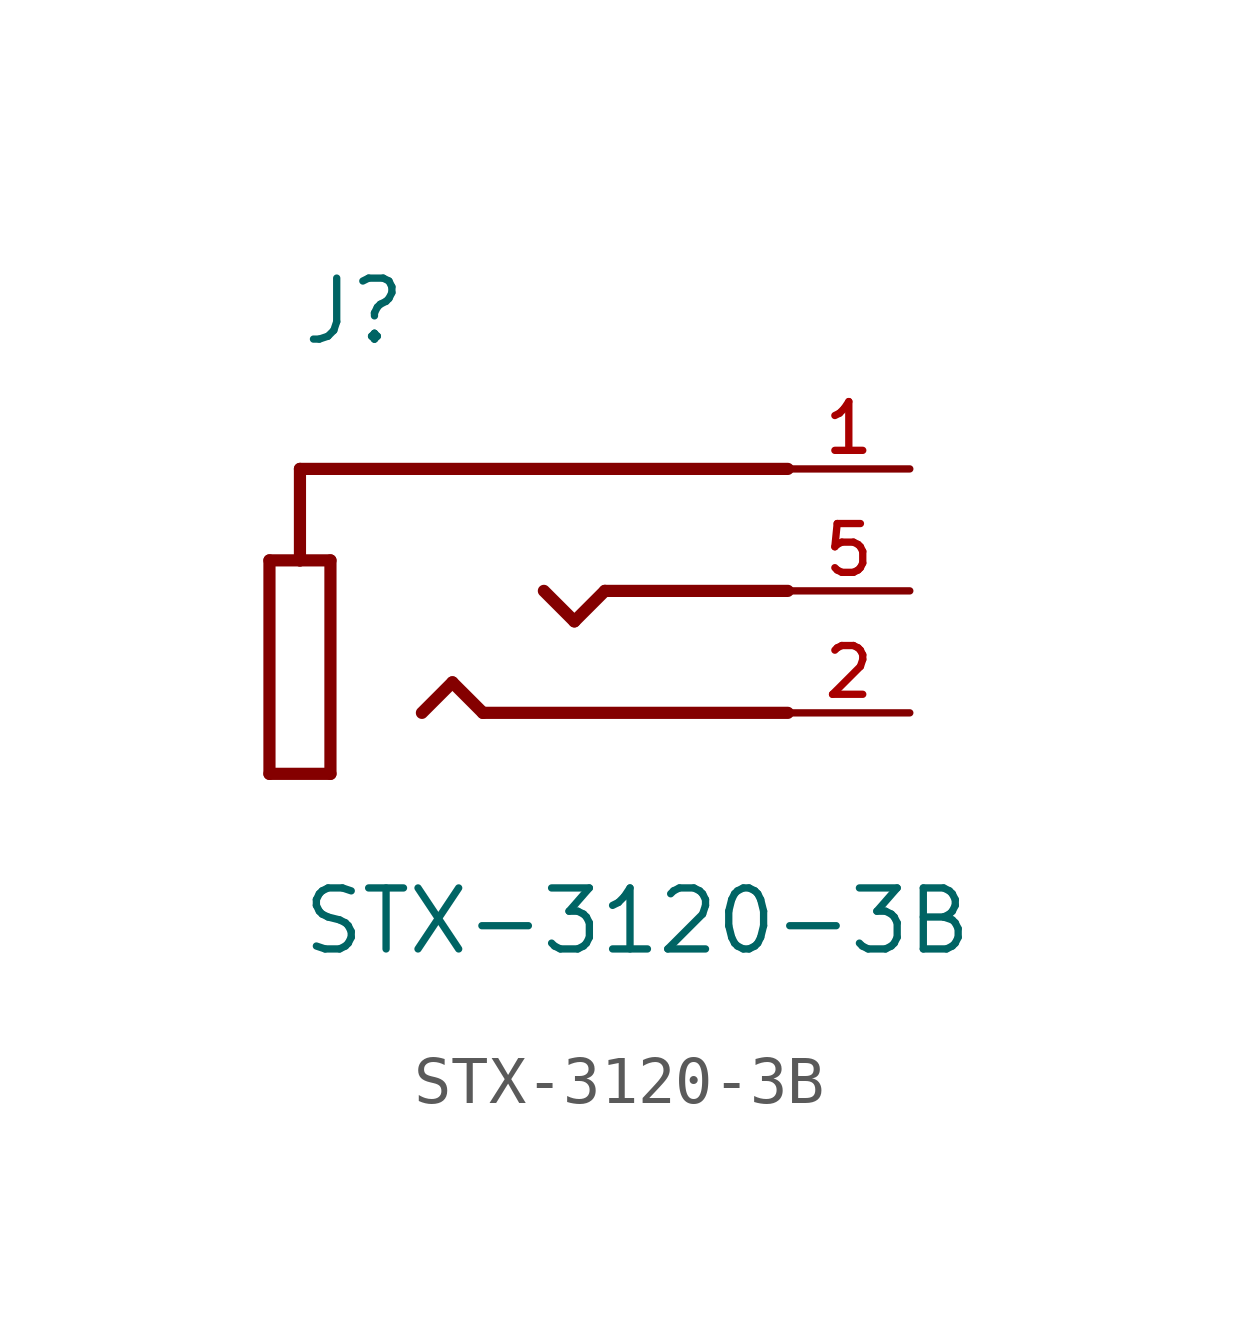
<source format=kicad_sym>
(kicad_symbol_lib
  (version 20211014)
  (generator kicad_symbol_editor)
  (symbol "STX-3120-3B"
    (pin_names
      (offset 1.016))
    (property "Reference" "J"
      (at -5.08 2.54 0)
      (effects (font (size 1.27 1.27)) (justify bottom left)))
    (property "Value" "STX-3120-3B"
      (at -5.08 -10.16 0)
      (effects (font (size 1.27 1.27)) (justify bottom left)))
    (symbol "STX-3120-3B_0_0"
      (polyline (pts (xy 5.08 0.0) (xy -5.08 0.0)) (stroke (width 0.254)))
      (polyline (pts (xy 5.08 -2.54) (xy 1.27 -2.54)) (stroke (width 0.254)))
      (polyline (pts (xy 5.08 -5.08) (xy -1.27 -5.08)) (stroke (width 0.254)))
      (polyline (pts (xy -5.08 0.0) (xy -5.08 -1.905)) (stroke (width 0.254)))
      (polyline (pts (xy -5.08 -1.905) (xy -4.445 -1.905)) (stroke (width 0.254)))
      (polyline (pts (xy -4.445 -1.905) (xy -4.445 -6.35)) (stroke (width 0.254)))
      (polyline (pts (xy -4.445 -6.35) (xy -5.715 -6.35)) (stroke (width 0.254)))
      (polyline (pts (xy -5.715 -6.35) (xy -5.715 -1.905)) (stroke (width 0.254)))
      (polyline (pts (xy -5.715 -1.905) (xy -5.08 -1.905)) (stroke (width 0.254)))
      (polyline (pts (xy 1.27 -2.54) (xy 0.635 -3.175)) (stroke (width 0.254)))
      (polyline (pts (xy 0.635 -3.175) (xy 0.0 -2.54)) (stroke (width 0.254)))
      (polyline (pts (xy -1.27 -5.08) (xy -1.905 -4.445)) (stroke (width 0.254)))
      (polyline (pts (xy -1.905 -4.445) (xy -2.54 -5.08)) (stroke (width 0.254)))
      (pin passive line (at 7.62 0.0 180.0) (length 2.54) (name "~" (effects (font (size 1.016 1.016)))) (number "1" (effects (font (size 1.016 1.016)))))
      (pin passive line (at 7.62 -2.54 180.0) (length 2.54) (name "~" (effects (font (size 1.016 1.016)))) (number "5" (effects (font (size 1.016 1.016)))))
      (pin passive line (at 7.62 -5.08 180.0) (length 2.54) (name "~" (effects (font (size 1.016 1.016)))) (number "2" (effects (font (size 1.016 1.016))))))))
</source>
